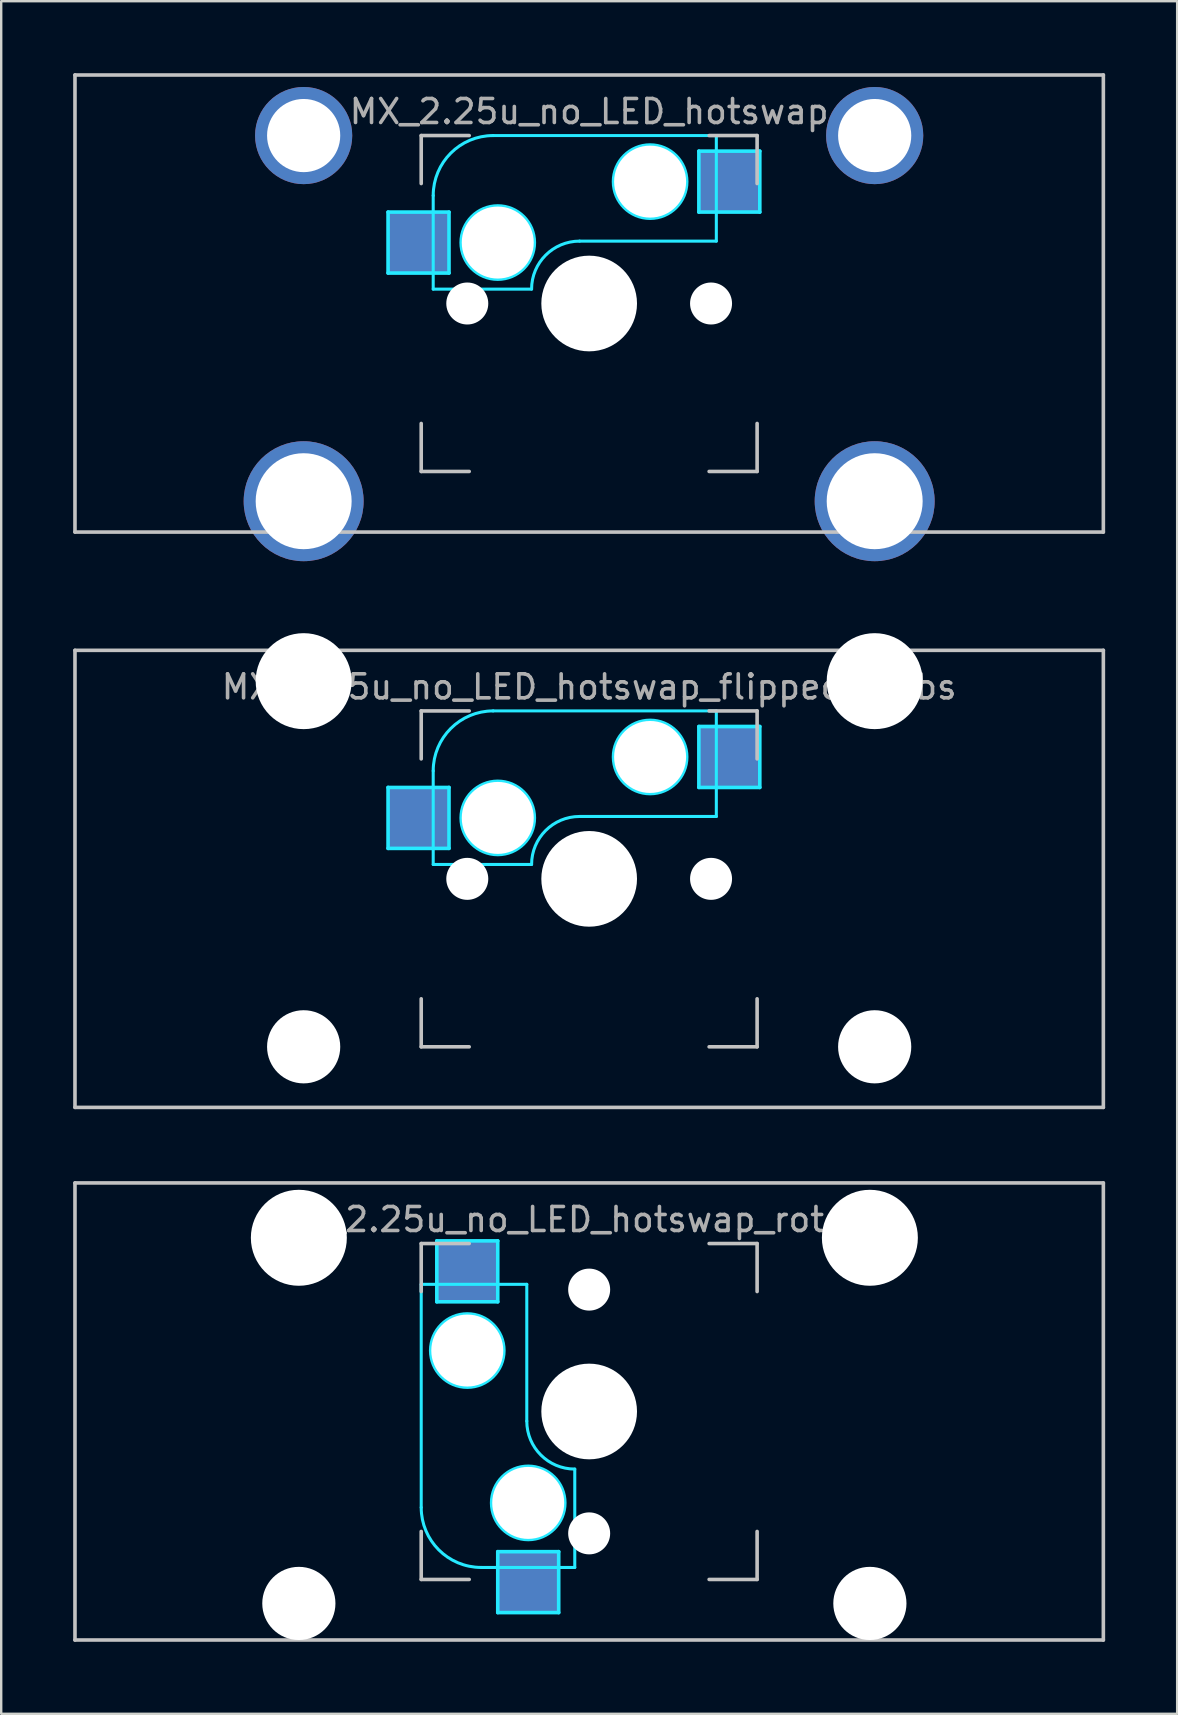
<source format=kicad_pcb>
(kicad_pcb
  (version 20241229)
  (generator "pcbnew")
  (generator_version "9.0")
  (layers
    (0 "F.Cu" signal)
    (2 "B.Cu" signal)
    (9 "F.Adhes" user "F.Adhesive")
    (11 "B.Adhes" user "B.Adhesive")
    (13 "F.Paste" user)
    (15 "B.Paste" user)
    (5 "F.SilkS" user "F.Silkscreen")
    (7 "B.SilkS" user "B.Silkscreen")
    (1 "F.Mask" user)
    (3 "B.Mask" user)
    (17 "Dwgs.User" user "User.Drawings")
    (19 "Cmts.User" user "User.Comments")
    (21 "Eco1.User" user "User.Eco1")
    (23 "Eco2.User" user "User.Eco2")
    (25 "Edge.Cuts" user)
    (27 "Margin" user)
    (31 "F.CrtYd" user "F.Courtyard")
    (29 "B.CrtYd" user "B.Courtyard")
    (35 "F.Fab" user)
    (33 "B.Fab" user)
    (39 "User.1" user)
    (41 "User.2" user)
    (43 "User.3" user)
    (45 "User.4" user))
  (footprint "MX_2.25u_no_LED_hotswap_rotated"
    (layer "F.Cu")
    (at 21.506 55.78)
    (property "Reference" "MX_2.25u_no_LED_hotswap_rotated" (at 0 -8 0) (layer "F.Fab") (effects (font (size 1 1) (thickness 0.15))))
    (attr through_hole)
    (fp_line (start -21.431 -9.525) (end 21.431 -9.525) (stroke (width 0.15) (type solid)) (layer "Dwgs.User"))
    (fp_line (start -21.431 9.525) (end -21.431 -9.525) (stroke (width 0.15) (type solid)) (layer "Dwgs.User"))
    (fp_line (start -7 -7) (end -5 -7) (stroke (width 0.15) (type solid)) (layer "Dwgs.User"))
    (fp_line (start -7 -5) (end -7 -7) (stroke (width 0.15) (type solid)) (layer "Dwgs.User"))
    (fp_line (start -7 5) (end -7 7) (stroke (width 0.15) (type solid)) (layer "Dwgs.User"))
    (fp_line (start -7 7) (end -5 7) (stroke (width 0.15) (type solid)) (layer "Dwgs.User"))
    (fp_line (start 5 7) (end 7 7) (stroke (width 0.15) (type solid)) (layer "Dwgs.User"))
    (fp_line (start 7 -7) (end 5 -7) (stroke (width 0.15) (type solid)) (layer "Dwgs.User"))
    (fp_line (start 7 -5) (end 7 -7) (stroke (width 0.15) (type solid)) (layer "Dwgs.User"))
    (fp_line (start 7 7) (end 7 5) (stroke (width 0.15) (type solid)) (layer "Dwgs.User"))
    (fp_line (start 21.431 -9.525) (end 21.431 9.525) (stroke (width 0.15) (type solid)) (layer "Dwgs.User"))
    (fp_line (start 21.431 9.525) (end -21.431 9.525) (stroke (width 0.15) (type solid)) (layer "Dwgs.User"))
    (fp_line (start -7 -5.3) (end -7 4) (stroke (width 0.127) (type solid)) (layer "B.CrtYd"))
    (fp_line (start -7 -5.3) (end -2.6 -5.3) (stroke (width 0.127) (type solid)) (layer "B.CrtYd"))
    (fp_line (start -6.35 -7.112) (end -3.81 -7.112) (stroke (width 0.15) (type solid)) (layer "B.CrtYd"))
    (fp_line (start -6.35 -4.572) (end -6.35 -7.112) (stroke (width 0.15) (type solid)) (layer "B.CrtYd"))
    (fp_line (start -4.5 6.5) (end -0.6 6.5) (stroke (width 0.127) (type solid)) (layer "B.CrtYd"))
    (fp_line (start -3.81 -7.112) (end -3.81 -4.572) (stroke (width 0.15) (type solid)) (layer "B.CrtYd"))
    (fp_line (start -3.81 -4.572) (end -6.35 -4.572) (stroke (width 0.15) (type solid)) (layer "B.CrtYd"))
    (fp_line (start -3.81 5.842) (end -3.81 8.382) (stroke (width 0.15) (type solid)) (layer "B.CrtYd"))
    (fp_line (start -3.81 8.382) (end -1.27 8.382) (stroke (width 0.15) (type solid)) (layer "B.CrtYd"))
    (fp_line (start -2.6 0.4) (end -2.6 -5.3) (stroke (width 0.127) (type solid)) (layer "B.CrtYd"))
    (fp_line (start -1.27 5.842) (end -3.81 5.842) (stroke (width 0.15) (type solid)) (layer "B.CrtYd"))
    (fp_line (start -1.27 8.382) (end -1.27 5.842) (stroke (width 0.15) (type solid)) (layer "B.CrtYd"))
    (fp_line (start -0.6 6.5) (end -0.6 2.4) (stroke (width 0.127) (type solid)) (layer "B.CrtYd"))
    (fp_arc (start -4.5 6.5) (mid -6.267767 5.767767) (end -7 4) (stroke (width 0.127) (type solid)) (layer "B.CrtYd"))
    (fp_arc (start -0.6 2.4) (mid -2.014214 1.814214) (end -2.6 0.4) (stroke (width 0.127) (type solid)) (layer "B.CrtYd"))
    (fp_circle (center -5.08 -2.54) (end -6.604 -2.54) (stroke (width 0.15) (type solid)) (fill no) (layer "B.CrtYd"))
    (fp_circle (center -2.54 3.81) (end -4.064 3.81) (stroke (width 0.15) (type solid)) (fill no) (layer "B.CrtYd"))
    (pad "" np_thru_hole circle (at -12.1 -7.24 180) (size 4 4) (drill 4) (layers "*.Cu" "*.Mask"))
    (pad "" np_thru_hole circle (at -12.1 8 180) (size 3.05 3.05) (drill 3.05) (layers "*.Cu" "*.Mask"))
    (pad "" np_thru_hole circle (at -5.08 -2.54 90) (size 3 3) (drill 3) (layers "*.Cu" "*.Mask"))
    (pad "" np_thru_hole circle (at -2.54 3.81 90) (size 3 3) (drill 3) (layers "*.Cu" "*.Mask"))
    (pad "" np_thru_hole circle (at 0 -5.08 138.1) (size 1.75 1.75) (drill 1.75) (layers "*.Cu" "*.Mask"))
    (pad "" np_thru_hole circle (at 0 0 270) (size 3.988 3.988) (drill 3.988) (layers "*.Cu" "*.Mask"))
    (pad "" np_thru_hole circle (at 0 5.08 138.1) (size 1.75 1.75) (drill 1.75) (layers "*.Cu" "*.Mask"))
    (pad "" np_thru_hole circle (at 11.7 -7.24 180) (size 4 4) (drill 4) (layers "*.Cu" "*.Mask"))
    (pad "" np_thru_hole circle (at 11.7 8 180) (size 3.05 3.05) (drill 3.05) (layers "*.Cu" "*.Mask"))
    (pad "1" smd rect (at -5.08 -5.842 90) (size 2.55 2.5) (layers "B.Cu" "B.Mask" "B.Paste"))
    (pad "2" smd rect (at -2.54 7.085 90) (size 2.55 2.5) (layers "B.Cu" "B.Mask" "B.Paste")))
  (footprint "MX_2.25u_no_LED_hotswap_flipped_stabs"
    (layer "F.Cu")
    (at 21.506 33.58)
    (property "Reference" "MX_2.25u_no_LED_hotswap_flipped_stabs" (at 0 -8 0) (layer "F.Fab") (effects (font (size 1 1) (thickness 0.15))))
    (attr through_hole)
    (fp_line (start -21.431 -9.525) (end 21.431 -9.525) (stroke (width 0.15) (type solid)) (layer "Dwgs.User"))
    (fp_line (start -21.431 9.525) (end -21.431 -9.525) (stroke (width 0.15) (type solid)) (layer "Dwgs.User"))
    (fp_line (start -7 -7) (end -7 -5) (stroke (width 0.15) (type solid)) (layer "Dwgs.User"))
    (fp_line (start -7 5) (end -7 7) (stroke (width 0.15) (type solid)) (layer "Dwgs.User"))
    (fp_line (start -7 7) (end -5 7) (stroke (width 0.15) (type solid)) (layer "Dwgs.User"))
    (fp_line (start -5 -7) (end -7 -7) (stroke (width 0.15) (type solid)) (layer "Dwgs.User"))
    (fp_line (start 5 -7) (end 7 -7) (stroke (width 0.15) (type solid)) (layer "Dwgs.User"))
    (fp_line (start 5 7) (end 7 7) (stroke (width 0.15) (type solid)) (layer "Dwgs.User"))
    (fp_line (start 7 -7) (end 7 -5) (stroke (width 0.15) (type solid)) (layer "Dwgs.User"))
    (fp_line (start 7 7) (end 7 5) (stroke (width 0.15) (type solid)) (layer "Dwgs.User"))
    (fp_line (start 21.431 -9.525) (end 21.431 9.525) (stroke (width 0.15) (type solid)) (layer "Dwgs.User"))
    (fp_line (start 21.431 9.525) (end -21.431 9.525) (stroke (width 0.15) (type solid)) (layer "Dwgs.User"))
    (fp_line (start -8.382 -3.81) (end -8.382 -1.27) (stroke (width 0.15) (type solid)) (layer "B.CrtYd"))
    (fp_line (start -8.382 -1.27) (end -5.842 -1.27) (stroke (width 0.15) (type solid)) (layer "B.CrtYd"))
    (fp_line (start -6.5 -4.5) (end -6.5 -0.6) (stroke (width 0.127) (type solid)) (layer "B.CrtYd"))
    (fp_line (start -6.5 -0.6) (end -2.4 -0.6) (stroke (width 0.127) (type solid)) (layer "B.CrtYd"))
    (fp_line (start -5.842 -3.81) (end -8.382 -3.81) (stroke (width 0.15) (type solid)) (layer "B.CrtYd"))
    (fp_line (start -5.842 -1.27) (end -5.842 -3.81) (stroke (width 0.15) (type solid)) (layer "B.CrtYd"))
    (fp_line (start -0.4 -2.6) (end 5.3 -2.6) (stroke (width 0.127) (type solid)) (layer "B.CrtYd"))
    (fp_line (start 4.572 -6.35) (end 7.112 -6.35) (stroke (width 0.15) (type solid)) (layer "B.CrtYd"))
    (fp_line (start 4.572 -3.81) (end 4.572 -6.35) (stroke (width 0.15) (type solid)) (layer "B.CrtYd"))
    (fp_line (start 5.3 -7) (end -4 -7) (stroke (width 0.127) (type solid)) (layer "B.CrtYd"))
    (fp_line (start 5.3 -7) (end 5.3 -2.6) (stroke (width 0.127) (type solid)) (layer "B.CrtYd"))
    (fp_line (start 7.112 -6.35) (end 7.112 -3.81) (stroke (width 0.15) (type solid)) (layer "B.CrtYd"))
    (fp_line (start 7.112 -3.81) (end 4.572 -3.81) (stroke (width 0.15) (type solid)) (layer "B.CrtYd"))
    (fp_arc (start -6.5 -4.5) (mid -5.767767 -6.267767) (end -4 -7) (stroke (width 0.127) (type solid)) (layer "B.CrtYd"))
    (fp_arc (start -2.4 -0.6) (mid -1.814214 -2.014214) (end -0.4 -2.6) (stroke (width 0.127) (type solid)) (layer "B.CrtYd"))
    (fp_circle (center -3.81 -2.54) (end -3.81 -4.064) (stroke (width 0.15) (type solid)) (fill no) (layer "B.CrtYd"))
    (fp_circle (center 2.54 -5.08) (end 2.54 -6.604) (stroke (width 0.15) (type solid)) (fill no) (layer "B.CrtYd"))
    (fp_text user "2.25u" (at 0 4.763 0) (layer "F.Mask") (effects (font (size 1 1) (thickness 0.15))))
    (pad "" np_thru_hole circle (at -11.9 -8.24 180) (size 4 4) (drill 4) (layers "*.Cu" "*.Mask"))
    (pad "" np_thru_hole circle (at -11.9 7 180) (size 3.05 3.05) (drill 3.05) (layers "*.Cu" "*.Mask"))
    (pad "" np_thru_hole circle (at -5.08 0 48.1) (size 1.75 1.75) (drill 1.75) (layers "*.Cu" "*.Mask"))
    (pad "" np_thru_hole circle (at -3.81 -2.54) (size 3 3) (drill 3) (layers "*.Cu" "*.Mask"))
    (pad "" np_thru_hole circle (at 0 0) (size 3.988 3.988) (drill 3.988) (layers "*.Cu" "*.Mask"))
    (pad "" np_thru_hole circle (at 2.54 -5.08) (size 3 3) (drill 3) (layers "*.Cu" "*.Mask"))
    (pad "" np_thru_hole circle (at 5.08 0 48.1) (size 1.75 1.75) (drill 1.75) (layers "*.Cu" "*.Mask"))
    (pad "" np_thru_hole circle (at 11.9 -8.24 180) (size 4 4) (drill 4) (layers "*.Cu" "*.Mask"))
    (pad "" np_thru_hole circle (at 11.9 7 180) (size 3.05 3.05) (drill 3.05) (layers "*.Cu" "*.Mask"))
    (pad "1" smd rect (at 5.842 -5.08) (size 2.55 2.5) (layers "B.Cu" "B.Mask" "B.Paste"))
    (pad "2" smd rect (at -7.085 -2.54) (size 2.55 2.5) (layers "B.Cu" "B.Mask" "B.Paste")))
  (footprint "MX_2.25u_no_LED_hotswap"
    (layer "F.Cu")
    (at 21.506 9.6)
    (property "Reference" "MX_2.25u_no_LED_hotswap" (at 0 -8 0) (layer "F.Fab") (effects (font (size 1 1) (thickness 0.15))))
    (attr through_hole)
    (fp_line (start -21.431 -9.525) (end 21.431 -9.525) (stroke (width 0.15) (type solid)) (layer "Dwgs.User"))
    (fp_line (start -21.431 9.525) (end -21.431 -9.525) (stroke (width 0.15) (type solid)) (layer "Dwgs.User"))
    (fp_line (start -7 -7) (end -7 -5) (stroke (width 0.15) (type solid)) (layer "Dwgs.User"))
    (fp_line (start -7 5) (end -7 7) (stroke (width 0.15) (type solid)) (layer "Dwgs.User"))
    (fp_line (start -7 7) (end -5 7) (stroke (width 0.15) (type solid)) (layer "Dwgs.User"))
    (fp_line (start -5 -7) (end -7 -7) (stroke (width 0.15) (type solid)) (layer "Dwgs.User"))
    (fp_line (start 5 -7) (end 7 -7) (stroke (width 0.15) (type solid)) (layer "Dwgs.User"))
    (fp_line (start 5 7) (end 7 7) (stroke (width 0.15) (type solid)) (layer "Dwgs.User"))
    (fp_line (start 7 -7) (end 7 -5) (stroke (width 0.15) (type solid)) (layer "Dwgs.User"))
    (fp_line (start 7 7) (end 7 5) (stroke (width 0.15) (type solid)) (layer "Dwgs.User"))
    (fp_line (start 21.431 -9.525) (end 21.431 9.525) (stroke (width 0.15) (type solid)) (layer "Dwgs.User"))
    (fp_line (start 21.431 9.525) (end -21.431 9.525) (stroke (width 0.15) (type solid)) (layer "Dwgs.User"))
    (fp_line (start -8.382 -3.81) (end -8.382 -1.27) (stroke (width 0.15) (type solid)) (layer "B.CrtYd"))
    (fp_line (start -8.382 -1.27) (end -5.842 -1.27) (stroke (width 0.15) (type solid)) (layer "B.CrtYd"))
    (fp_line (start -6.5 -4.5) (end -6.5 -0.6) (stroke (width 0.127) (type solid)) (layer "B.CrtYd"))
    (fp_line (start -6.5 -0.6) (end -2.4 -0.6) (stroke (width 0.127) (type solid)) (layer "B.CrtYd"))
    (fp_line (start -5.842 -3.81) (end -8.382 -3.81) (stroke (width 0.15) (type solid)) (layer "B.CrtYd"))
    (fp_line (start -5.842 -1.27) (end -5.842 -3.81) (stroke (width 0.15) (type solid)) (layer "B.CrtYd"))
    (fp_line (start -0.4 -2.6) (end 5.3 -2.6) (stroke (width 0.127) (type solid)) (layer "B.CrtYd"))
    (fp_line (start 4.572 -6.35) (end 7.112 -6.35) (stroke (width 0.15) (type solid)) (layer "B.CrtYd"))
    (fp_line (start 4.572 -3.81) (end 4.572 -6.35) (stroke (width 0.15) (type solid)) (layer "B.CrtYd"))
    (fp_line (start 5.3 -7) (end -4 -7) (stroke (width 0.127) (type solid)) (layer "B.CrtYd"))
    (fp_line (start 5.3 -7) (end 5.3 -2.6) (stroke (width 0.127) (type solid)) (layer "B.CrtYd"))
    (fp_line (start 7.112 -6.35) (end 7.112 -3.81) (stroke (width 0.15) (type solid)) (layer "B.CrtYd"))
    (fp_line (start 7.112 -3.81) (end 4.572 -3.81) (stroke (width 0.15) (type solid)) (layer "B.CrtYd"))
    (fp_arc (start -6.5 -4.5) (mid -5.767767 -6.267767) (end -4 -7) (stroke (width 0.127) (type solid)) (layer "B.CrtYd"))
    (fp_arc (start -2.4 -0.6) (mid -1.814214 -2.014214) (end -0.4 -2.6) (stroke (width 0.127) (type solid)) (layer "B.CrtYd"))
    (fp_circle (center -3.81 -2.54) (end -3.81 -4.064) (stroke (width 0.15) (type solid)) (fill no) (layer "B.CrtYd"))
    (fp_circle (center 2.54 -5.08) (end 2.54 -6.604) (stroke (width 0.15) (type solid)) (fill no) (layer "B.CrtYd"))
    (pad "" np_thru_hole circle (at -11.9 -7) (size 4.05 4.05) (drill 3.05) (layers "*.Cu" "B.Mask"))
    (pad "" np_thru_hole circle (at -11.9 8.24) (size 5 5) (drill 4) (layers "*.Cu" "B.Mask"))
    (pad "" np_thru_hole circle (at -5.08 0 48.1) (size 1.75 1.75) (drill 1.75) (layers "*.Cu" "*.Mask"))
    (pad "" np_thru_hole circle (at -3.81 -2.54) (size 3 3) (drill 3) (layers "*.Cu" "*.Mask"))
    (pad "" np_thru_hole circle (at 0 0) (size 3.988 3.988) (drill 3.988) (layers "*.Cu" "*.Mask"))
    (pad "" np_thru_hole circle (at 2.54 -5.08) (size 3 3) (drill 3) (layers "*.Cu" "*.Mask"))
    (pad "" np_thru_hole circle (at 5.08 0 48.1) (size 1.75 1.75) (drill 1.75) (layers "*.Cu" "*.Mask"))
    (pad "" np_thru_hole circle (at 11.9 -7) (size 4.05 4.05) (drill 3.05) (layers "*.Cu" "B.Mask"))
    (pad "" np_thru_hole circle (at 11.9 8.24) (size 5 5) (drill 4) (layers "*.Cu" "B.Mask"))
    (pad "1" smd rect (at 5.842 -5.08) (size 2.55 2.5) (layers "B.Cu" "B.Mask" "B.Paste"))
    (pad "2" smd rect (at -7.085 -2.54) (size 2.55 2.5) (layers "B.Cu" "B.Mask" "B.Paste")))
  (gr_rect
    (start -3 -3)
    (end 46.013 68.38)
    (stroke (width 0.1) (type default))
    (fill no)
    (layer "Edge.Cuts")))
</source>
